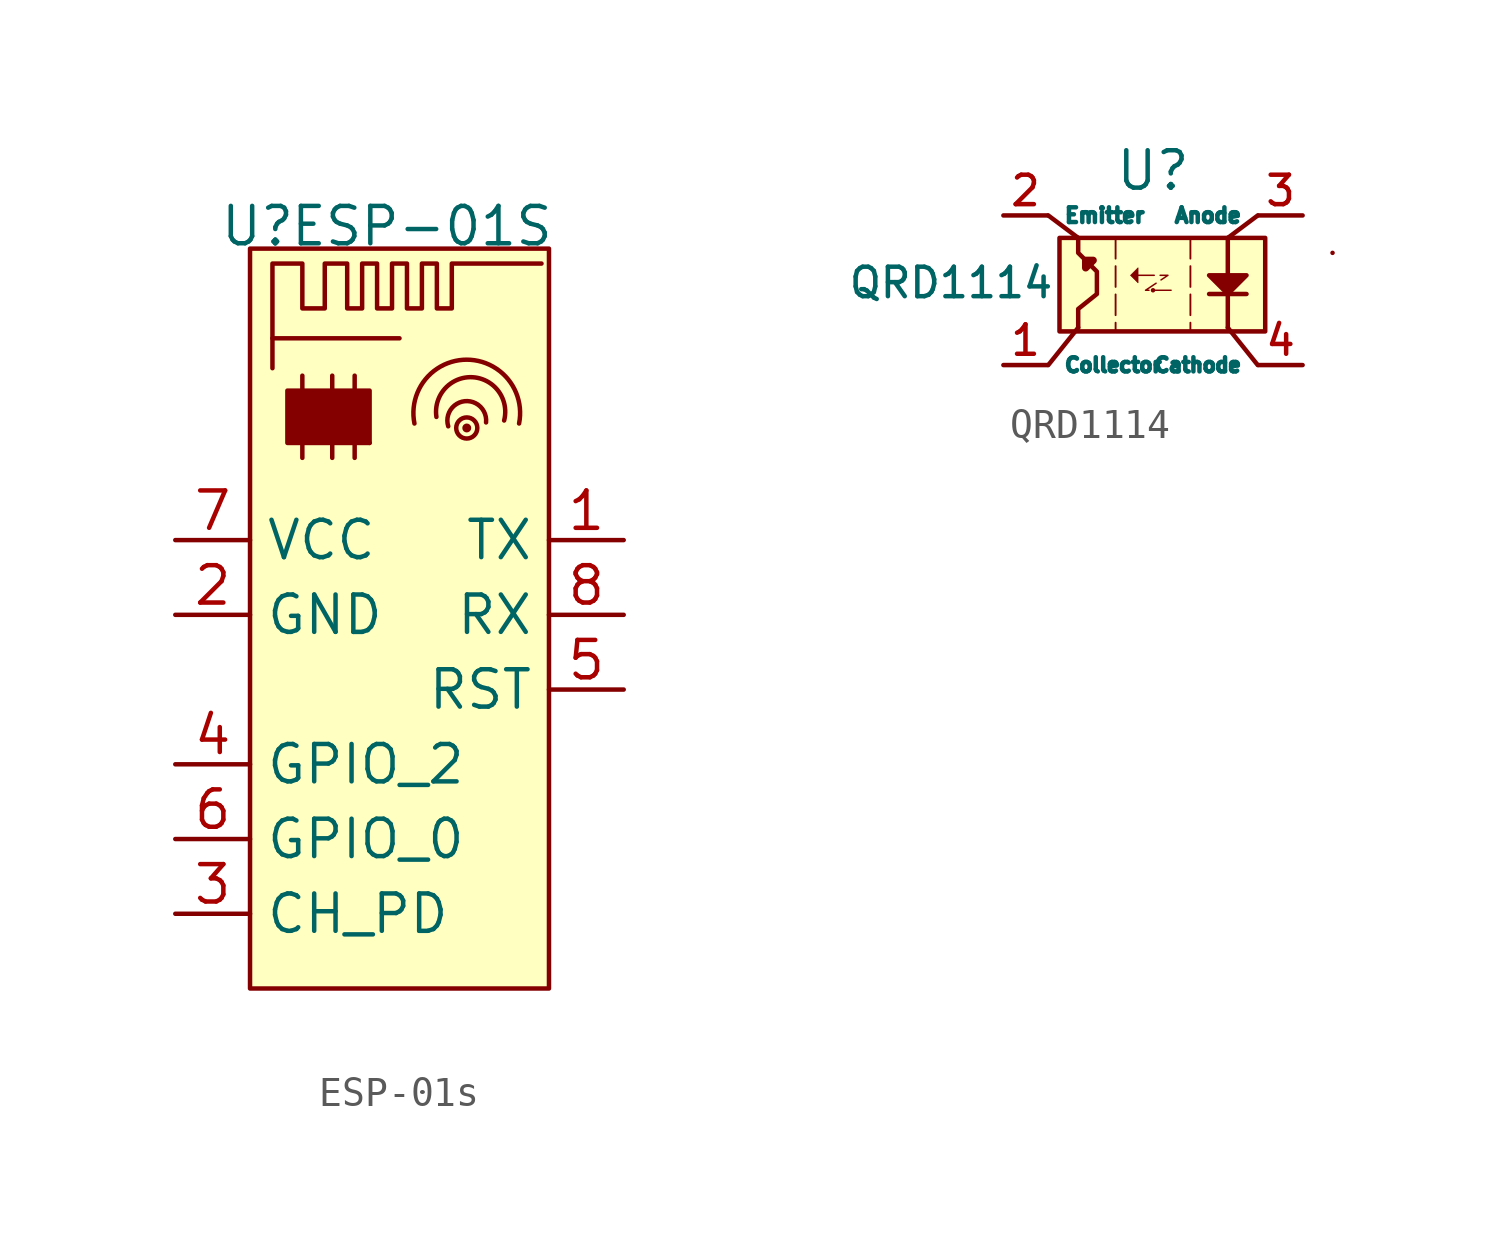
<source format=kicad_sym>
(kicad_symbol_lib
  (version 20231120)
  (generator "kicad_symbol_editor")
  (generator_version "8.0")
  (symbol "ESP-01s"
    (property "Reference" "U"
      (at -4.826 0.508 0)
      (effects (font (size 1.27 1.27))))
    (property "Value" "ESP-01S"
      (at 0.762 0.508 0)
      (effects (font (size 1.27 1.27))))
    (symbol "ESP-01s_1_1"
      (rectangle (start -5.08 -0.254) (end 5.08 -25.4) (stroke (width 0) (type default)) (fill (type background)))
      (rectangle (start -3.81 -5.08) (end -1.016 -6.858) (stroke (width 0) (type default)) (fill (type outline)))
      (rectangle (start -1.016 -6.858) (end -1.016 -6.858) (stroke (width 0) (type default)) (fill (type none)))
      (polyline (pts (xy -4.318 -3.302) (xy 0 -3.302)) (stroke (width 0) (type default)) (fill (type none)))
      (polyline (pts (xy -3.302 -6.858) (xy -3.302 -7.366)) (stroke (width 0) (type default)) (fill (type none)))
      (polyline (pts (xy -3.302 -5.08) (xy -3.302 -4.572)) (stroke (width 0) (type default)) (fill (type none)))
      (polyline (pts (xy -2.286 -6.858) (xy -2.286 -7.366)) (stroke (width 0) (type default)) (fill (type none)))
      (polyline (pts (xy -2.286 -5.08) (xy -2.286 -4.572)) (stroke (width 0) (type default)) (fill (type none)))
      (polyline (pts (xy -1.524 -6.604) (xy -1.524 -7.366)) (stroke (width 0) (type default)) (fill (type none)))
      (polyline (pts (xy -1.524 -5.08) (xy -1.524 -4.572)) (stroke (width 0) (type default)) (fill (type none)))
      (polyline (pts (xy 4.826 -0.762) (xy 1.778 -0.762) (xy 1.778 -2.286) (xy 1.27 -2.286) (xy 1.27 -0.762) (xy 0.762 -0.762) (xy 0.762 -2.286) (xy 0.254 -2.286) (xy 0.254 -0.762) (xy -0.254 -0.762) (xy -0.254 -2.286) (xy -0.762 -2.286) (xy -0.762 -0.762) (xy -1.27 -0.762) (xy -1.27 -2.286) (xy -1.778 -2.286) (xy -1.778 -0.762) (xy -2.54 -0.762) (xy -2.54 -2.286) (xy -3.302 -2.286) (xy -3.302 -0.762) (xy -4.318 -0.762) (xy -4.318 -4.318)) (stroke (width 0) (type default)) (fill (type none)))
      (circle (center 2.286 -6.35) (radius 0.0001) (stroke (width 0) (type default)) (fill (type none)))
      (circle (center 2.286 -6.35) (radius 0.359) (stroke (width 0) (type default)) (fill (type none)))
      (arc (start 2.9423 -6.161) (mid 2.2184 -5.44) (end 1.6567 -6.2935) (stroke (width 0) (type default)) (fill (type none)))
      (arc (start 3.556 -6.096) (mid 2.4797 -4.6245) (end 1.2544 -5.9745) (stroke (width 0) (type default)) (fill (type none)))
      (arc (start 4.064 -6.1979) (mid 2.286 -4.0287) (end 0.508 -6.1979) (stroke (width 0) (type default)) (fill (type none)))
      (pin output line (at 7.62 -10.16 180) (length 2.54) (name "TX" (effects (font (size 1.27 1.27)))) (number "1" (effects (font (size 1.27 1.27)))))
      (pin power_in line (at -7.62 -12.7 0) (length 2.54) (name "GND" (effects (font (size 1.27 1.27)))) (number "2" (effects (font (size 1.27 1.27)))))
      (pin input line (at -7.62 -22.86 0) (length 2.54) (name "CH_PD" (effects (font (size 1.27 1.27)))) (number "3" (effects (font (size 1.27 1.27)))))
      (pin bidirectional line (at -7.62 -17.78 0) (length 2.54) (name "GPIO_2" (effects (font (size 1.27 1.27)))) (number "4" (effects (font (size 1.27 1.27)))))
      (pin input line (at 7.62 -15.24 180) (length 2.54) (name "RST" (effects (font (size 1.27 1.27)))) (number "5" (effects (font (size 1.27 1.27)))))
      (pin bidirectional line (at -7.62 -20.32 0) (length 2.54) (name "GPIO_0" (effects (font (size 1.27 1.27)))) (number "6" (effects (font (size 1.27 1.27)))))
      (pin power_in line (at -7.62 -10.16 0) (length 2.54) (name "VCC" (effects (font (size 1.27 1.27)))) (number "7" (effects (font (size 1.27 1.27)))))
      (pin input line (at 7.62 -12.7 180) (length 2.54) (name "RX" (effects (font (size 1.27 1.27)))) (number "8" (effects (font (size 1.27 1.27)))))))
  (symbol "QRD1114"
    (property "Reference" "U"
      (at 0 -1.016 0)
      (effects (font (size 1.27 1.27))))
    (property "Value" "QRD1114"
      (at -6.858 -4.826 0)
      (effects (font (size 1 1))))
    (symbol "QRD1114_0_1"
      (polyline (pts (xy -3.556 -7.62) (xy -2.54 -6.35)) (stroke (width 0) (type default)) (fill (type none)))
      (polyline (pts (xy 2.54 -6.35) (xy 3.556 -7.62)) (stroke (width 0) (type default)) (fill (type none)))
      (polyline (pts (xy 2.54 -3.302) (xy 2.54 -6.35)) (stroke (width 0) (type default)) (fill (type none)))
      (polyline (pts (xy 3.556 -2.54) (xy 2.54 -3.302)) (stroke (width 0) (type default)) (fill (type none)))
      (polyline (pts (xy -2.54 -3.302) (xy -2.54 -3.302) (xy -3.556 -2.54)) (stroke (width 0) (type default)) (fill (type none))))
    (symbol "QRD1114_1_0"
      (pin open_collector line (at -5.08 -7.62 0) (length 1.5) (name "Collector" (effects (font (size 0.48 0.48)))) (number "1" (effects (font (size 1 1)))))
      (pin passive line (at 5.08 -2.54 180) (length 1.5) (name "Anode" (effects (font (size 0.5 0.5)))) (number "3" (effects (font (size 1 1)))))
      (pin passive line (at 5.08 -7.62 180) (length 1.5) (name "Cathode" (effects (font (size 0.48 0.48)))) (number "4" (effects (font (size 1 1))))))
    (symbol "QRD1114_1_1"
      (rectangle (start -3.175 -3.302) (end 3.81 -6.477) (stroke (width 0) (type default)) (fill (type background)))
      (polyline (pts (xy -1.27 -3.302) (xy -1.27 -6.477)) (stroke (width 0.064) (type dash)) (fill (type none)))
      (polyline (pts (xy 0 -5.08) (xy 0 -5.08)) (stroke (width 0) (type default)) (fill (type none)))
      (polyline (pts (xy 1.27 -3.302) (xy 1.27 -6.477)) (stroke (width 0.064) (type dash)) (fill (type none)))
      (polyline (pts (xy 1.905 -5.207) (xy 3.175 -5.207)) (stroke (width 0) (type default)) (fill (type none)))
      (polyline (pts (xy 6.096 -3.81) (xy 6.096 -3.81)) (stroke (width 0) (type default)) (fill (type none)))
      (polyline (pts (xy -2.286 -4.064) (xy -2.286 -4.318) (xy -2.032 -4.064) (xy -2.286 -4.064)) (stroke (width 0.25) (type default)) (fill (type none)))
      (polyline (pts (xy -0.508 -4.572) (xy 0.508 -4.572) (xy -0.254 -5.08) (xy 0.762 -5.08)) (stroke (width 0.05) (type dash)) (fill (type none)))
      (polyline (pts (xy -0.508 -4.572) (xy -0.508 -4.318) (xy -0.762 -4.572) (xy -0.508 -4.826) (xy -0.508 -4.572)) (stroke (width 0.025) (type solid)) (fill (type outline)))
      (polyline (pts (xy 2.54 -4.572) (xy 3.175 -4.572) (xy 2.54 -5.207) (xy 1.905 -4.572) (xy 2.54 -4.572)) (stroke (width 0) (type default)) (fill (type outline)))
      (polyline (pts (xy -2.54 -6.35) (xy -2.54 -5.715) (xy -1.905 -5.207) (xy -1.905 -4.445) (xy -2.54 -3.81) (xy -2.54 -3.302)) (stroke (width 0) (type default)) (fill (type none)))
      (pin open_emitter line (at -5.08 -2.54 0) (length 1.5) (name "Emitter" (effects (font (size 0.5 0.5)))) (number "2" (effects (font (size 1 1))))))))
</source>
